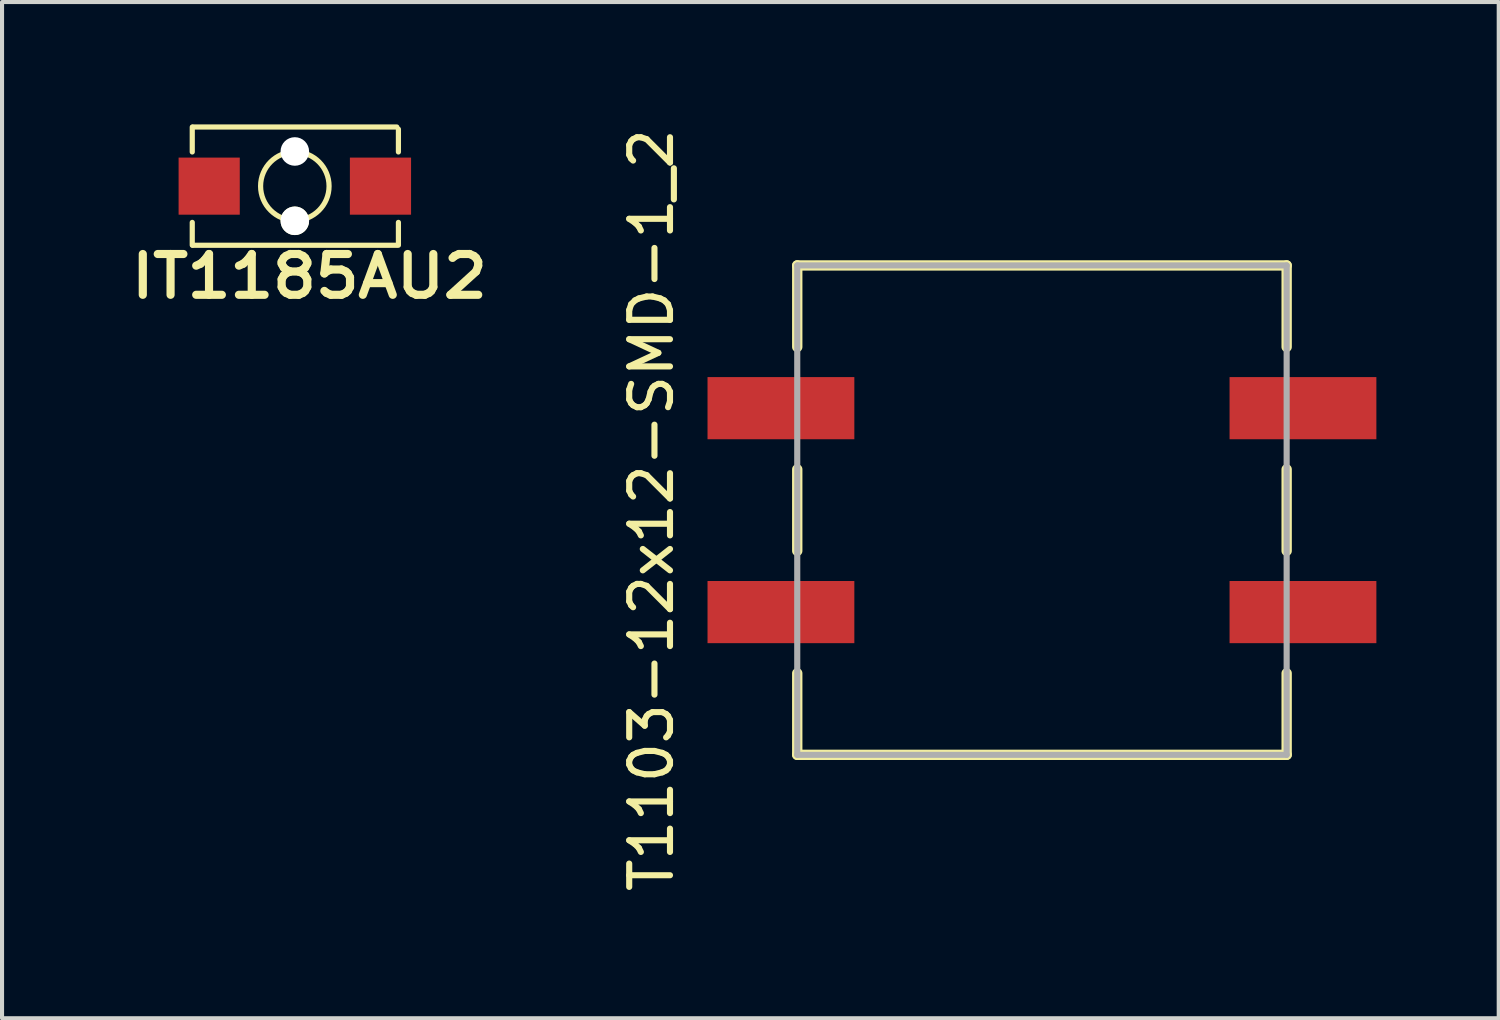
<source format=kicad_pcb>
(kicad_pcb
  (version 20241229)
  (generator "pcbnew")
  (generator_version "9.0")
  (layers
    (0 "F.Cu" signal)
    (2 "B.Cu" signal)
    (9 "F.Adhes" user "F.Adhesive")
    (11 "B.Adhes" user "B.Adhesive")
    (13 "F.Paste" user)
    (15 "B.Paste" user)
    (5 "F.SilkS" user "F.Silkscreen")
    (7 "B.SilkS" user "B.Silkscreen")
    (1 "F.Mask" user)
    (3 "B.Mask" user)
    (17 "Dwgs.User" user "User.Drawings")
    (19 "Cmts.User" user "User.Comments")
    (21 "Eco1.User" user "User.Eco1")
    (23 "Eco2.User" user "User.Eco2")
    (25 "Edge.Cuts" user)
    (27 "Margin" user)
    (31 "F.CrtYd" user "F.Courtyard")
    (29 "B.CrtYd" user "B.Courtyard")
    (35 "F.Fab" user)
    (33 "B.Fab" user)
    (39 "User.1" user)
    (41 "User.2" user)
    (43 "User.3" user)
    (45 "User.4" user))
  (footprint "T1103-12x12-SMD-1_2"
    (layer "F.Cu")
    (at 22.498 9.458)
    (property "Reference" "T1103-12x12-SMD-1_2" (at -9.575 0 90) (layer "F.SilkS") (effects (font (size 1 1) (thickness 0.15))))
    (attr through_hole)
    (fp_line (start -6 -6) (end 6 -6) (stroke (width 0.254) (type solid)) (layer "F.SilkS"))
    (fp_line (start -6 -4) (end -6 -6) (stroke (width 0.254) (type solid)) (layer "F.SilkS"))
    (fp_line (start -6 1) (end -6 -1) (stroke (width 0.254) (type solid)) (layer "F.SilkS"))
    (fp_line (start -6 6) (end -6 4) (stroke (width 0.254) (type solid)) (layer "F.SilkS"))
    (fp_line (start 6 -6) (end 6 -4) (stroke (width 0.254) (type solid)) (layer "F.SilkS"))
    (fp_line (start 6 -1) (end 6 1) (stroke (width 0.254) (type solid)) (layer "F.SilkS"))
    (fp_line (start 6 4) (end 6 6) (stroke (width 0.254) (type solid)) (layer "F.SilkS"))
    (fp_line (start 6 6) (end -6 6) (stroke (width 0.254) (type solid)) (layer "F.SilkS"))
    (fp_line (start -6 -6) (end 6 -6) (stroke (width 0.15) (type solid)) (layer "F.Fab"))
    (fp_line (start -6 6) (end -6 -6) (stroke (width 0.15) (type solid)) (layer "F.Fab"))
    (fp_line (start 6 -6) (end 6 6) (stroke (width 0.15) (type solid)) (layer "F.Fab"))
    (fp_line (start 6 6) (end -6 6) (stroke (width 0.15) (type solid)) (layer "F.Fab"))
    (pad "1" smd rect (at -6.4 -2.5) (size 3.6 1.524) (layers "F.Cu" "F.Mask" "F.Paste"))
    (pad "1" smd rect (at 6.4 -2.5) (size 3.6 1.524) (layers "F.Cu" "F.Mask" "F.Paste"))
    (pad "2" smd rect (at -6.4 2.5) (size 3.6 1.524) (layers "F.Cu" "F.Mask" "F.Paste"))
    (pad "2" smd rect (at 6.4 2.5) (size 3.6 1.524) (layers "F.Cu" "F.Mask" "F.Paste")))
  (footprint "IT1185AU2"
    (layer "F.Cu")
    (at 4.179 1.514)
    (property "Reference" "IT1185AU2" (at 0.358 2.212 0) (layer "F.SilkS") (effects (font (size 1 1.1) (thickness 0.2))))
    (attr smd)
    (fp_line (start -2.515 -1.448) (end -2.515 -0.838) (stroke (width 0.127) (type solid)) (layer "F.SilkS"))
    (fp_line (start -2.515 0.889) (end -2.515 1.448) (stroke (width 0.127) (type solid)) (layer "F.SilkS"))
    (fp_line (start -2.5 -1.45) (end 2.5 -1.45) (stroke (width 0.127) (type solid)) (layer "F.SilkS"))
    (fp_line (start -2.5 1.45) (end 2.5 1.45) (stroke (width 0.127) (type solid)) (layer "F.SilkS"))
    (fp_line (start 2.54 -1.397) (end 2.54 -0.838) (stroke (width 0.127) (type solid)) (layer "F.SilkS"))
    (fp_line (start 2.54 0.889) (end 2.54 1.448) (stroke (width 0.127) (type solid)) (layer "F.SilkS"))
    (fp_circle (center 0 0) (end 0.838 0.051) (stroke (width 0.127) (type solid)) (fill no) (layer "F.SilkS"))
    (pad "" np_thru_hole circle (at 0 -0.85) (size 0.7 0.7) (drill 0.7) (layers "*.Cu" "*.Mask"))
    (pad "" np_thru_hole circle (at 0 0.85) (size 0.7 0.7) (drill 0.7) (layers "*.Cu" "*.Mask" "F.SilkS"))
    (pad "1" smd rect (at -2.1 0) (size 1.5 1.4) (layers "F.Cu" "F.Mask" "F.Paste"))
    (pad "2" smd rect (at 2.1 0) (size 1.5 1.4) (layers "F.Cu" "F.Mask" "F.Paste")))
  (gr_rect
    (start -3 -3)
    (end 33.698 21.917)
    (stroke (width 0.1) (type default))
    (fill no)
    (layer "Edge.Cuts")))
</source>
